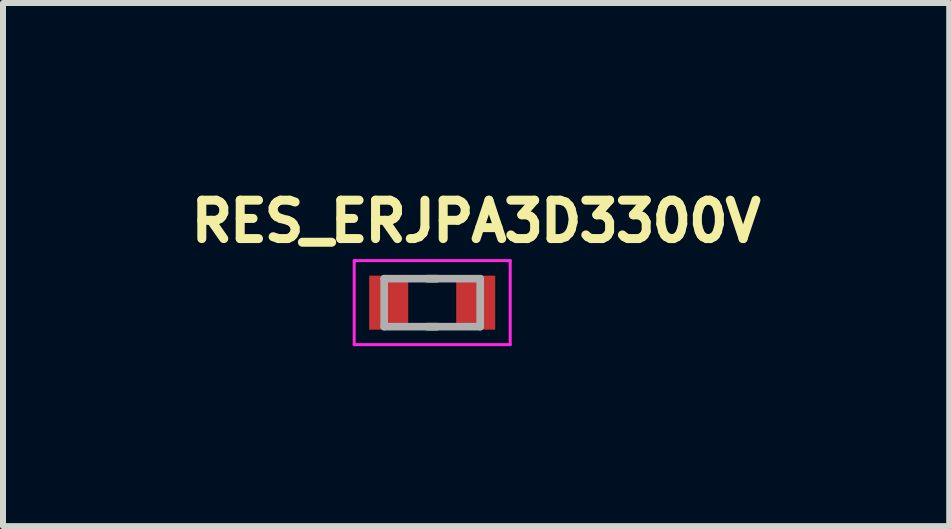
<source format=kicad_pcb>
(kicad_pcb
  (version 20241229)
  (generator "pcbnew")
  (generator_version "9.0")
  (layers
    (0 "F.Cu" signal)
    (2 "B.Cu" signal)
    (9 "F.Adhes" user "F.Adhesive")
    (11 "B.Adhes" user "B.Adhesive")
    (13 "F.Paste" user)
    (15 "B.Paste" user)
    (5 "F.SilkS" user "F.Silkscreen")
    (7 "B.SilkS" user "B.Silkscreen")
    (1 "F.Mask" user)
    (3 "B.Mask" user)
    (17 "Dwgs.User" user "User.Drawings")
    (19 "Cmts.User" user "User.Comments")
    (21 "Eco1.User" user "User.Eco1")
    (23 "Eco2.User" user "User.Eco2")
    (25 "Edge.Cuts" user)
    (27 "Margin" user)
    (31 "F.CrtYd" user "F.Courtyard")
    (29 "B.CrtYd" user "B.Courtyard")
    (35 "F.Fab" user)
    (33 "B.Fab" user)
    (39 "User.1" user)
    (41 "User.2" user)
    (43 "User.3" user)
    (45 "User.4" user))
  (footprint "RES_ERJPA3D3300V"
    (layer "F.Cu")
    (at 4.153 1.994)
    (property "Reference" "RES_ERJPA3D3300V" (at 0.732 -1.356 0) (layer "F.SilkS") (effects (font (size 0.64 0.64) (thickness 0.15))))
    (attr smd)
    (fp_line (start -0.08 -0.4) (end 0.08 -0.4) (stroke (width 0.127) (type solid)) (layer "F.SilkS"))
    (fp_line (start -0.08 0.4) (end 0.08 0.4) (stroke (width 0.127) (type solid)) (layer "F.SilkS"))
    (fp_line (start -1.3 -0.7) (end -1.3 0.7) (stroke (width 0.05) (type solid)) (layer "F.CrtYd"))
    (fp_line (start -1.3 0.7) (end 1.3 0.7) (stroke (width 0.05) (type solid)) (layer "F.CrtYd"))
    (fp_line (start 1.3 -0.7) (end -1.3 -0.7) (stroke (width 0.05) (type solid)) (layer "F.CrtYd"))
    (fp_line (start 1.3 0.7) (end 1.3 -0.7) (stroke (width 0.05) (type solid)) (layer "F.CrtYd"))
    (fp_line (start -0.8 -0.4) (end -0.8 0.4) (stroke (width 0.127) (type solid)) (layer "F.Fab"))
    (fp_line (start -0.8 -0.4) (end 0.8 -0.4) (stroke (width 0.127) (type solid)) (layer "F.Fab"))
    (fp_line (start -0.8 0.4) (end 0.8 0.4) (stroke (width 0.127) (type solid)) (layer "F.Fab"))
    (fp_line (start 0.8 -0.4) (end 0.8 0.4) (stroke (width 0.127) (type solid)) (layer "F.Fab"))
    (pad "1" smd rect (at -0.725 0) (size 0.65 0.9) (layers "F.Cu" "F.Mask" "F.Paste"))
    (pad "2" smd rect (at 0.725 0) (size 0.65 0.9) (layers "F.Cu" "F.Mask" "F.Paste")))
  (gr_rect
    (start -3 -3)
    (end 12.77 5.719)
    (stroke (width 0.1) (type default))
    (fill no)
    (layer "Edge.Cuts")))
</source>
